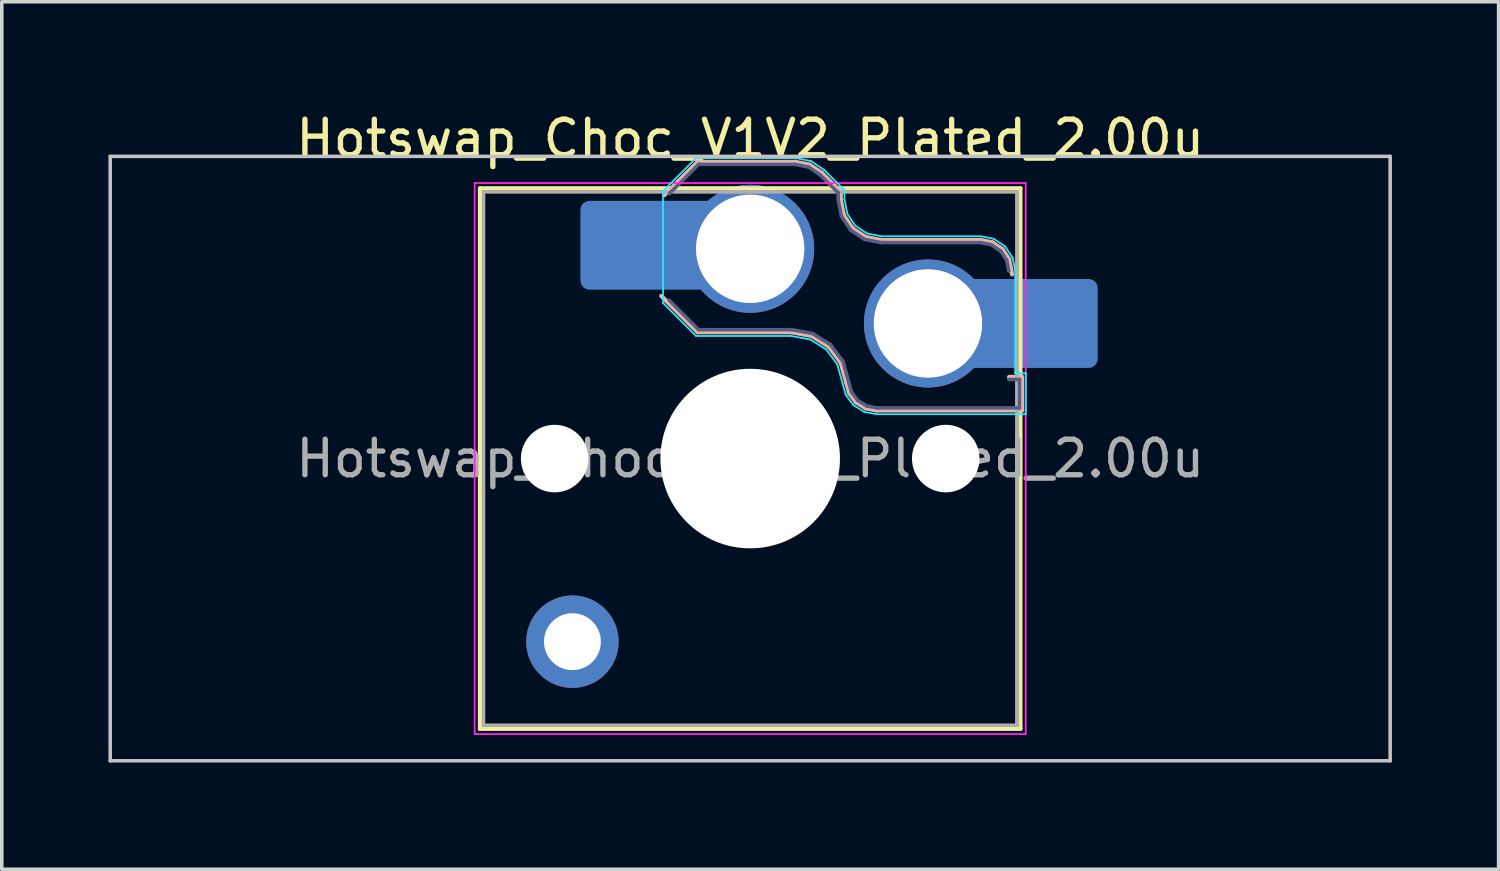
<source format=kicad_pcb>
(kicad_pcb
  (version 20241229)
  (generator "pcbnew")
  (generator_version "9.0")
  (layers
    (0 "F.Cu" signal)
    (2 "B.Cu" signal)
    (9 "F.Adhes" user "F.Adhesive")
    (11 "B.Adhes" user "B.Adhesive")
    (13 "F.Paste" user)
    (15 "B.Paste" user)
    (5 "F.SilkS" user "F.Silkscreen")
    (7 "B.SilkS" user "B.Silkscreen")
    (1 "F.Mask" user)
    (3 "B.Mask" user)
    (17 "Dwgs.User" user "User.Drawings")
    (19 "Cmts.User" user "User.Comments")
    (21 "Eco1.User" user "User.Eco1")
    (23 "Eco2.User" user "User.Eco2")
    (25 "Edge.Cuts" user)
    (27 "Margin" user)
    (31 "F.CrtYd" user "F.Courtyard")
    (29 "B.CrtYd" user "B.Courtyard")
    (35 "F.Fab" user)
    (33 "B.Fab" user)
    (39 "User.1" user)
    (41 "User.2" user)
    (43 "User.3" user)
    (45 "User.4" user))
  (footprint "Hotswap_Choc_V1V2_Plated_2.00u"
    (layer "F.Cu")
    (at 18.05 9.848)
    (property "Reference" "Hotswap_Choc_V1V2_Plated_2.00u" (at 0 -9 0) (layer "F.SilkS") (effects (font (size 1 1) (thickness 0.15))))
    (attr smd allow_soldermask_bridges)
    (fp_line (start -7.6 -7.6) (end -7.6 7.6) (stroke (width 0.12) (type solid)) (layer "F.SilkS"))
    (fp_line (start -7.6 7.6) (end 7.6 7.6) (stroke (width 0.12) (type solid)) (layer "F.SilkS"))
    (fp_line (start 7.6 -7.6) (end -7.6 -7.6) (stroke (width 0.12) (type solid)) (layer "F.SilkS"))
    (fp_line (start 7.6 7.6) (end 7.6 -7.6) (stroke (width 0.12) (type solid)) (layer "F.SilkS"))
    (fp_line (start -2.416 -7.409) (end -1.479 -8.346) (stroke (width 0.12) (type solid)) (layer "B.SilkS"))
    (fp_line (start -1.479 -8.346) (end 1.268 -8.346) (stroke (width 0.12) (type solid)) (layer "B.SilkS"))
    (fp_line (start -1.479 -3.554) (end -2.5 -4.575) (stroke (width 0.12) (type solid)) (layer "B.SilkS"))
    (fp_line (start 1.168 -3.554) (end -1.479 -3.554) (stroke (width 0.12) (type solid)) (layer "B.SilkS"))
    (fp_line (start 1.268 -8.346) (end 1.671 -8.266) (stroke (width 0.12) (type solid)) (layer "B.SilkS"))
    (fp_line (start 1.671 -8.266) (end 2.013 -8.037) (stroke (width 0.12) (type solid)) (layer "B.SilkS"))
    (fp_line (start 1.73 -3.449) (end 1.168 -3.554) (stroke (width 0.12) (type solid)) (layer "B.SilkS"))
    (fp_line (start 2.013 -8.037) (end 2.546 -7.504) (stroke (width 0.12) (type solid)) (layer "B.SilkS"))
    (fp_line (start 2.209 -3.15) (end 1.73 -3.449) (stroke (width 0.12) (type solid)) (layer "B.SilkS"))
    (fp_line (start 2.546 -7.504) (end 2.546 -7.282) (stroke (width 0.12) (type solid)) (layer "B.SilkS"))
    (fp_line (start 2.546 -7.282) (end 2.633 -6.844) (stroke (width 0.12) (type solid)) (layer "B.SilkS"))
    (fp_line (start 2.547 -2.697) (end 2.209 -3.15) (stroke (width 0.12) (type solid)) (layer "B.SilkS"))
    (fp_line (start 2.633 -6.844) (end 2.877 -6.477) (stroke (width 0.12) (type solid)) (layer "B.SilkS"))
    (fp_line (start 2.701 -2.139) (end 2.547 -2.697) (stroke (width 0.12) (type solid)) (layer "B.SilkS"))
    (fp_line (start 2.783 -1.841) (end 2.701 -2.139) (stroke (width 0.12) (type solid)) (layer "B.SilkS"))
    (fp_line (start 2.877 -6.477) (end 3.244 -6.233) (stroke (width 0.12) (type solid)) (layer "B.SilkS"))
    (fp_line (start 2.976 -1.583) (end 2.783 -1.841) (stroke (width 0.12) (type solid)) (layer "B.SilkS"))
    (fp_line (start 3.244 -6.233) (end 3.682 -6.146) (stroke (width 0.12) (type solid)) (layer "B.SilkS"))
    (fp_line (start 3.25 -1.413) (end 2.976 -1.583) (stroke (width 0.12) (type solid)) (layer "B.SilkS"))
    (fp_line (start 3.56 -1.354) (end 3.25 -1.413) (stroke (width 0.12) (type solid)) (layer "B.SilkS"))
    (fp_line (start 3.682 -6.146) (end 6.482 -6.146) (stroke (width 0.12) (type solid)) (layer "B.SilkS"))
    (fp_line (start 6.482 -6.146) (end 6.809 -6.081) (stroke (width 0.12) (type solid)) (layer "B.SilkS"))
    (fp_line (start 6.809 -6.081) (end 7.092 -5.892) (stroke (width 0.12) (type solid)) (layer "B.SilkS"))
    (fp_line (start 7.092 -5.892) (end 7.281 -5.609) (stroke (width 0.12) (type solid)) (layer "B.SilkS"))
    (fp_line (start 7.281 -5.609) (end 7.366 -5.182) (stroke (width 0.12) (type solid)) (layer "B.SilkS"))
    (fp_line (start 7.283 -2.296) (end 7.646 -2.296) (stroke (width 0.12) (type solid)) (layer "B.SilkS"))
    (fp_line (start 7.646 -2.296) (end 7.646 -1.354) (stroke (width 0.12) (type solid)) (layer "B.SilkS"))
    (fp_line (start 7.646 -1.354) (end 3.56 -1.354) (stroke (width 0.12) (type solid)) (layer "B.SilkS"))
    (fp_line (start -18 -8.5) (end -18 8.5) (stroke (width 0.1) (type solid)) (layer "Dwgs.User"))
    (fp_line (start -18 8.5) (end 18 8.5) (stroke (width 0.1) (type solid)) (layer "Dwgs.User"))
    (fp_line (start 18 -8.5) (end -18 -8.5) (stroke (width 0.1) (type solid)) (layer "Dwgs.User"))
    (fp_line (start 18 8.5) (end 18 -8.5) (stroke (width 0.1) (type solid)) (layer "Dwgs.User"))
    (fp_line (start -7.25 -7.25) (end -7.25 7.25) (stroke (width 0.1) (type solid)) (layer "Eco1.User"))
    (fp_line (start -7.25 7.25) (end 7.25 7.25) (stroke (width 0.1) (type solid)) (layer "Eco1.User"))
    (fp_line (start 7.25 -7.25) (end -7.25 -7.25) (stroke (width 0.1) (type solid)) (layer "Eco1.User"))
    (fp_line (start 7.25 7.25) (end 7.25 -7.25) (stroke (width 0.1) (type solid)) (layer "Eco1.User"))
    (fp_line (start -2.452 -7.523) (end -1.523 -8.452) (stroke (width 0.05) (type solid)) (layer "B.CrtYd"))
    (fp_line (start -2.452 -4.377) (end -2.452 -7.523) (stroke (width 0.05) (type solid)) (layer "B.CrtYd"))
    (fp_line (start -1.523 -8.452) (end 1.278 -8.452) (stroke (width 0.05) (type solid)) (layer "B.CrtYd"))
    (fp_line (start -1.523 -3.448) (end -2.452 -4.377) (stroke (width 0.05) (type solid)) (layer "B.CrtYd"))
    (fp_line (start 1.159 -3.448) (end -1.523 -3.448) (stroke (width 0.05) (type solid)) (layer "B.CrtYd"))
    (fp_line (start 1.278 -8.452) (end 1.712 -8.366) (stroke (width 0.05) (type solid)) (layer "B.CrtYd"))
    (fp_line (start 1.691 -3.348) (end 1.159 -3.448) (stroke (width 0.05) (type solid)) (layer "B.CrtYd"))
    (fp_line (start 1.712 -8.366) (end 2.081 -8.119) (stroke (width 0.05) (type solid)) (layer "B.CrtYd"))
    (fp_line (start 2.081 -8.119) (end 2.652 -7.548) (stroke (width 0.05) (type solid)) (layer "B.CrtYd"))
    (fp_line (start 2.136 -3.071) (end 1.691 -3.348) (stroke (width 0.05) (type solid)) (layer "B.CrtYd"))
    (fp_line (start 2.45 -2.65) (end 2.136 -3.071) (stroke (width 0.05) (type solid)) (layer "B.CrtYd"))
    (fp_line (start 2.599 -2.111) (end 2.45 -2.65) (stroke (width 0.05) (type solid)) (layer "B.CrtYd"))
    (fp_line (start 2.652 -7.548) (end 2.652 -7.292) (stroke (width 0.05) (type solid)) (layer "B.CrtYd"))
    (fp_line (start 2.652 -7.292) (end 2.733 -6.885) (stroke (width 0.05) (type solid)) (layer "B.CrtYd"))
    (fp_line (start 2.687 -1.794) (end 2.599 -2.111) (stroke (width 0.05) (type solid)) (layer "B.CrtYd"))
    (fp_line (start 2.733 -6.885) (end 2.953 -6.553) (stroke (width 0.05) (type solid)) (layer "B.CrtYd"))
    (fp_line (start 2.903 -1.503) (end 2.687 -1.794) (stroke (width 0.05) (type solid)) (layer "B.CrtYd"))
    (fp_line (start 2.953 -6.553) (end 3.285 -6.333) (stroke (width 0.05) (type solid)) (layer "B.CrtYd"))
    (fp_line (start 3.211 -1.312) (end 2.903 -1.503) (stroke (width 0.05) (type solid)) (layer "B.CrtYd"))
    (fp_line (start 3.285 -6.333) (end 3.692 -6.252) (stroke (width 0.05) (type solid)) (layer "B.CrtYd"))
    (fp_line (start 3.55 -1.248) (end 3.211 -1.312) (stroke (width 0.05) (type solid)) (layer "B.CrtYd"))
    (fp_line (start 3.692 -6.252) (end 6.492 -6.252) (stroke (width 0.05) (type solid)) (layer "B.CrtYd"))
    (fp_line (start 6.492 -6.252) (end 6.85 -6.181) (stroke (width 0.05) (type solid)) (layer "B.CrtYd"))
    (fp_line (start 6.85 -6.181) (end 7.168 -5.968) (stroke (width 0.05) (type solid)) (layer "B.CrtYd"))
    (fp_line (start 7.168 -5.968) (end 7.381 -5.65) (stroke (width 0.05) (type solid)) (layer "B.CrtYd"))
    (fp_line (start 7.381 -5.65) (end 7.452 -5.292) (stroke (width 0.05) (type solid)) (layer "B.CrtYd"))
    (fp_line (start 7.452 -5.292) (end 7.452 -2.402) (stroke (width 0.05) (type solid)) (layer "B.CrtYd"))
    (fp_line (start 7.452 -2.402) (end 7.752 -2.402) (stroke (width 0.05) (type solid)) (layer "B.CrtYd"))
    (fp_line (start 7.752 -2.402) (end 7.752 -1.248) (stroke (width 0.05) (type solid)) (layer "B.CrtYd"))
    (fp_line (start 7.752 -1.248) (end 3.55 -1.248) (stroke (width 0.05) (type solid)) (layer "B.CrtYd"))
    (fp_line (start -7.75 -7.75) (end -7.75 7.75) (stroke (width 0.05) (type solid)) (layer "F.CrtYd"))
    (fp_line (start -7.75 7.75) (end 7.75 7.75) (stroke (width 0.05) (type solid)) (layer "F.CrtYd"))
    (fp_line (start 7.75 -7.75) (end -7.75 -7.75) (stroke (width 0.05) (type solid)) (layer "F.CrtYd"))
    (fp_line (start 7.75 7.75) (end 7.75 -7.75) (stroke (width 0.05) (type solid)) (layer "F.CrtYd"))
    (fp_line (start -2.275 -7.45) (end -1.45 -8.275) (stroke (width 0.1) (type solid)) (layer "B.Fab"))
    (fp_line (start -1.45 -8.275) (end 1.261 -8.275) (stroke (width 0.1) (type solid)) (layer "B.Fab"))
    (fp_line (start -1.45 -3.625) (end -2.275 -4.45) (stroke (width 0.1) (type solid)) (layer "B.Fab"))
    (fp_line (start 1.175 -3.625) (end -1.45 -3.625) (stroke (width 0.1) (type solid)) (layer "B.Fab"))
    (fp_line (start 1.261 -8.275) (end 1.643 -8.199) (stroke (width 0.1) (type solid)) (layer "B.Fab"))
    (fp_line (start 1.643 -8.199) (end 1.968 -7.982) (stroke (width 0.1) (type solid)) (layer "B.Fab"))
    (fp_line (start 1.756 -3.516) (end 1.175 -3.625) (stroke (width 0.1) (type solid)) (layer "B.Fab"))
    (fp_line (start 1.968 -7.982) (end 2.475 -7.475) (stroke (width 0.1) (type solid)) (layer "B.Fab"))
    (fp_line (start 2.258 -3.203) (end 1.756 -3.516) (stroke (width 0.1) (type solid)) (layer "B.Fab"))
    (fp_line (start 2.475 -7.475) (end 2.475 -7.275) (stroke (width 0.1) (type solid)) (layer "B.Fab"))
    (fp_line (start 2.475 -7.275) (end 2.566 -6.816) (stroke (width 0.1) (type solid)) (layer "B.Fab"))
    (fp_line (start 2.566 -6.816) (end 2.826 -6.426) (stroke (width 0.1) (type solid)) (layer "B.Fab"))
    (fp_line (start 2.612 -2.729) (end 2.258 -3.203) (stroke (width 0.1) (type solid)) (layer "B.Fab"))
    (fp_line (start 2.769 -2.158) (end 2.612 -2.729) (stroke (width 0.1) (type solid)) (layer "B.Fab"))
    (fp_line (start 2.826 -6.426) (end 3.216 -6.166) (stroke (width 0.1) (type solid)) (layer "B.Fab"))
    (fp_line (start 2.848 -1.873) (end 2.769 -2.158) (stroke (width 0.1) (type solid)) (layer "B.Fab"))
    (fp_line (start 3.025 -1.636) (end 2.848 -1.873) (stroke (width 0.1) (type solid)) (layer "B.Fab"))
    (fp_line (start 3.216 -6.166) (end 3.675 -6.075) (stroke (width 0.1) (type solid)) (layer "B.Fab"))
    (fp_line (start 3.276 -1.48) (end 3.025 -1.636) (stroke (width 0.1) (type solid)) (layer "B.Fab"))
    (fp_line (start 3.567 -1.425) (end 3.276 -1.48) (stroke (width 0.1) (type solid)) (layer "B.Fab"))
    (fp_line (start 3.675 -6.075) (end 6.475 -6.075) (stroke (width 0.1) (type solid)) (layer "B.Fab"))
    (fp_line (start 6.475 -6.075) (end 6.781 -6.014) (stroke (width 0.1) (type solid)) (layer "B.Fab"))
    (fp_line (start 6.781 -6.014) (end 7.041 -5.841) (stroke (width 0.1) (type solid)) (layer "B.Fab"))
    (fp_line (start 7.041 -5.841) (end 7.214 -5.581) (stroke (width 0.1) (type solid)) (layer "B.Fab"))
    (fp_line (start 7.214 -5.581) (end 7.275 -5.275) (stroke (width 0.1) (type solid)) (layer "B.Fab"))
    (fp_line (start 7.275 -2.225) (end 7.575 -2.225) (stroke (width 0.1) (type solid)) (layer "B.Fab"))
    (fp_line (start 7.575 -2.225) (end 7.575 -1.425) (stroke (width 0.1) (type solid)) (layer "B.Fab"))
    (fp_line (start 7.575 -1.425) (end 3.567 -1.425) (stroke (width 0.1) (type solid)) (layer "B.Fab"))
    (fp_line (start -7.5 -7.5) (end -7.5 7.5) (stroke (width 0.1) (type solid)) (layer "F.Fab"))
    (fp_line (start -7.5 7.5) (end 7.5 7.5) (stroke (width 0.1) (type solid)) (layer "F.Fab"))
    (fp_line (start 7.5 -7.5) (end -7.5 -7.5) (stroke (width 0.1) (type solid)) (layer "F.Fab"))
    (fp_line (start 7.5 7.5) (end 7.5 -7.5) (stroke (width 0.1) (type solid)) (layer "F.Fab"))
    (fp_text user "${REFERENCE}" (at 0 0 0) (layer "F.Fab") (effects (font (size 1 1) (thickness 0.15))))
    (pad "" np_thru_hole circle (at -5.5 0) (size 1.9 1.9) (drill 1.9) (layers "*.Cu" "*.Mask"))
    (pad "" thru_hole circle (at -5 5.15) (size 2.6 2.6) (drill 1.6) (layers "*.Cu" "*.Mask"))
    (pad "" smd roundrect (at -3.5 -6) (size 2.55 2.5) (layers "B.Mask" "B.Paste") (roundrect_rratio 0.1))
    (pad "" np_thru_hole circle (at 0 0) (size 5.05 5.05) (drill 5.05) (layers "*.Cu" "*.Mask"))
    (pad "" np_thru_hole circle (at 5.5 0) (size 1.9 1.9) (drill 1.9) (layers "*.Cu" "*.Mask"))
    (pad "" smd roundrect (at 8.5 -3.8) (size 2.55 2.5) (layers "B.Mask" "B.Paste") (roundrect_rratio 0.1))
    (pad "1" smd roundrect (at -2.85 -6) (size 3.85 2.5) (layers "B.Cu") (roundrect_rratio 0.1))
    (pad "1" thru_hole circle (at 0 -5.9) (size 3.6 3.6) (drill 3.05) (layers "*.Cu" "*.Mask"))
    (pad "2" thru_hole circle (at 5 -3.8) (size 3.6 3.6) (drill 3.05) (layers "*.Cu" "*.Mask"))
    (pad "2" smd roundrect (at 7.85 -3.8) (size 3.85 2.5) (layers "B.Cu") (roundrect_rratio 0.1)))
  (gr_rect
    (start -3 -3)
    (end 39.1 21.398)
    (stroke (width 0.1) (type default))
    (fill no)
    (layer "Edge.Cuts")))
</source>
